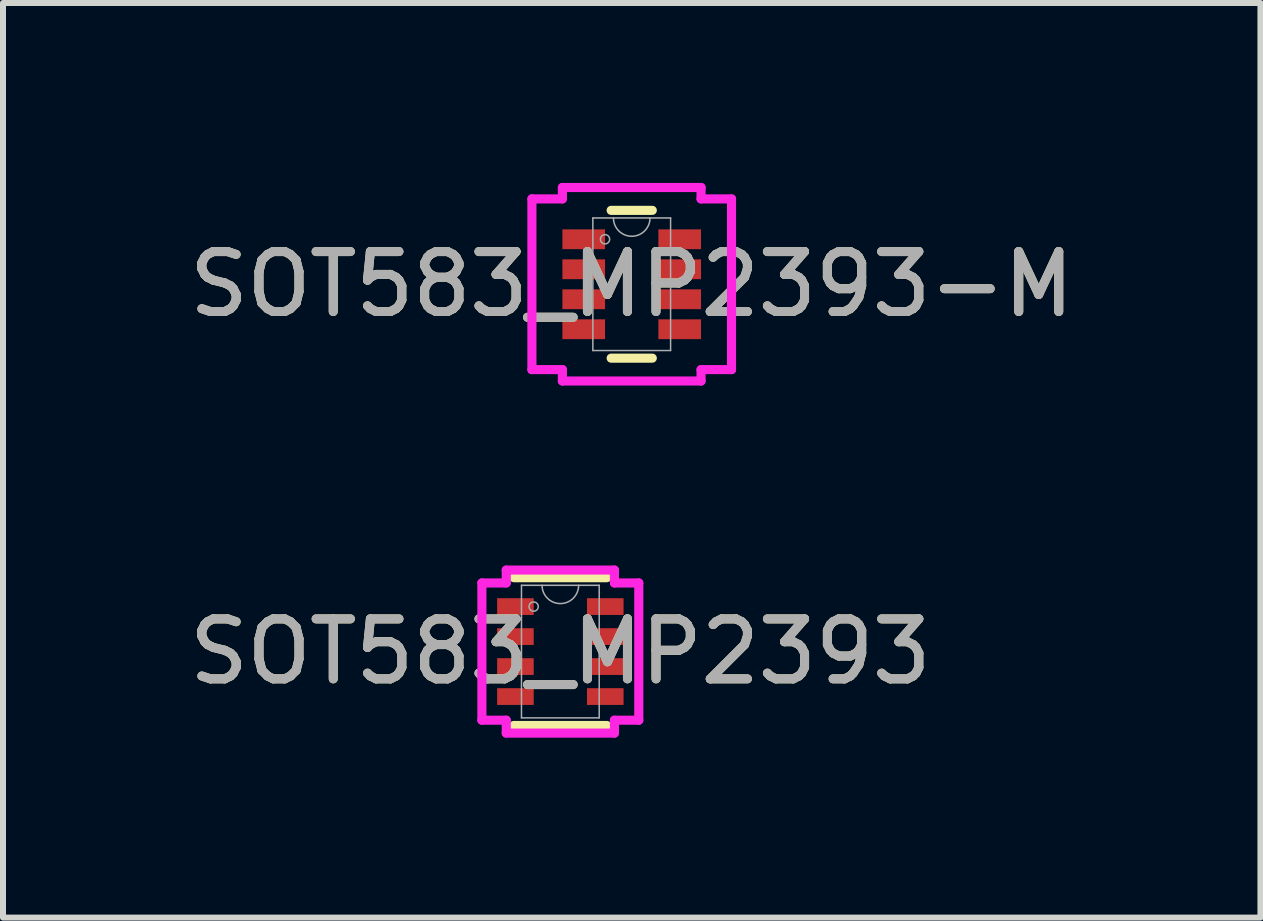
<source format=kicad_pcb>
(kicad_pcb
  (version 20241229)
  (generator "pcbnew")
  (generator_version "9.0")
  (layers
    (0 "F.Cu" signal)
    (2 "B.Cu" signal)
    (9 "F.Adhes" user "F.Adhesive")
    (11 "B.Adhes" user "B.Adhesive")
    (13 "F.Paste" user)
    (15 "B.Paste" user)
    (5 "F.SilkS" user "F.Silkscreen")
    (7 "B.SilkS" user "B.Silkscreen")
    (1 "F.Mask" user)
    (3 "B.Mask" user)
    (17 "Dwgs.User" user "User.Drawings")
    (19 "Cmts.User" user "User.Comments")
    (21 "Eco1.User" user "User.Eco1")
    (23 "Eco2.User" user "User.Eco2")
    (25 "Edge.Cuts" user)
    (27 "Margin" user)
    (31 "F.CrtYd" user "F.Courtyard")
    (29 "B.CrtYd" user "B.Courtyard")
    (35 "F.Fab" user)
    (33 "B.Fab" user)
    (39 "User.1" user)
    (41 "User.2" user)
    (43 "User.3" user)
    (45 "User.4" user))
  (footprint "SOT583_MP2393-M"
    (layer "F.Cu")
    (at 7.482 1.689)
    (property "Reference" "SOT583_MP2393-M" (at 0 0 0) (unlocked yes) (layer "F.SilkS") (effects (font (size 1 1) (thickness 0.15))))
    (attr smd)
    (fp_line (start -0.343 1.232) (end 0.343 1.232) (stroke (width 0.152) (type solid)) (layer "F.SilkS"))
    (fp_line (start 0.343 -1.232) (end -0.343 -1.232) (stroke (width 0.152) (type solid)) (layer "F.SilkS"))
    (fp_line (start -1.664 -1.423) (end -1.156 -1.423) (stroke (width 0.152) (type solid)) (layer "F.CrtYd"))
    (fp_line (start -1.664 1.423) (end -1.664 -1.423) (stroke (width 0.152) (type solid)) (layer "F.CrtYd"))
    (fp_line (start -1.156 -1.613) (end 1.156 -1.613) (stroke (width 0.152) (type solid)) (layer "F.CrtYd"))
    (fp_line (start -1.156 -1.423) (end -1.156 -1.613) (stroke (width 0.152) (type solid)) (layer "F.CrtYd"))
    (fp_line (start -1.156 1.423) (end -1.664 1.423) (stroke (width 0.152) (type solid)) (layer "F.CrtYd"))
    (fp_line (start -1.156 1.613) (end -1.156 1.423) (stroke (width 0.152) (type solid)) (layer "F.CrtYd"))
    (fp_line (start 1.156 -1.613) (end 1.156 -1.423) (stroke (width 0.152) (type solid)) (layer "F.CrtYd"))
    (fp_line (start 1.156 -1.423) (end 1.664 -1.423) (stroke (width 0.152) (type solid)) (layer "F.CrtYd"))
    (fp_line (start 1.156 1.423) (end 1.156 1.613) (stroke (width 0.152) (type solid)) (layer "F.CrtYd"))
    (fp_line (start 1.156 1.613) (end -1.156 1.613) (stroke (width 0.152) (type solid)) (layer "F.CrtYd"))
    (fp_line (start 1.664 -1.423) (end 1.664 1.423) (stroke (width 0.152) (type solid)) (layer "F.CrtYd"))
    (fp_line (start 1.664 1.423) (end 1.156 1.423) (stroke (width 0.152) (type solid)) (layer "F.CrtYd"))
    (fp_line (start -0.648 -1.105) (end -0.648 1.105) (stroke (width 0.025) (type solid)) (layer "F.Fab"))
    (fp_line (start -0.648 1.105) (end 0.648 1.105) (stroke (width 0.025) (type solid)) (layer "F.Fab"))
    (fp_line (start 0.648 -1.105) (end -0.648 -1.105) (stroke (width 0.025) (type solid)) (layer "F.Fab"))
    (fp_line (start 0.648 1.105) (end 0.648 -1.105) (stroke (width 0.025) (type solid)) (layer "F.Fab"))
    (fp_arc (start 0.3048 -1.1049) (mid 0 -0.8001) (end -0.3048 -1.1049) (stroke (width 0.0254) (type solid)) (layer "F.Fab"))
    (fp_circle (center -0.445 -0.75) (end -0.368 -0.75) (stroke (width 0.025) (type solid)) (fill no) (layer "F.Fab"))
    (fp_text user "${REFERENCE}" (at 0 0 0) (unlocked yes) (layer "F.Fab") (effects (font (size 1 1) (thickness 0.15))))
    (pad "1" smd rect (at -0.8 -0.75) (size 0.711 0.33) (layers "F.Cu" "F.Mask" "F.Paste"))
    (pad "2" smd rect (at -0.8 -0.25) (size 0.711 0.33) (layers "F.Cu" "F.Mask" "F.Paste"))
    (pad "3" smd rect (at -0.8 0.25) (size 0.711 0.33) (layers "F.Cu" "F.Mask" "F.Paste"))
    (pad "4" smd rect (at -0.8 0.75) (size 0.711 0.33) (layers "F.Cu" "F.Mask" "F.Paste"))
    (pad "5" smd rect (at 0.8 0.75) (size 0.711 0.33) (layers "F.Cu" "F.Mask" "F.Paste"))
    (pad "6" smd rect (at 0.8 0.25) (size 0.711 0.33) (layers "F.Cu" "F.Mask" "F.Paste"))
    (pad "7" smd rect (at 0.8 -0.25) (size 0.711 0.33) (layers "F.Cu" "F.Mask" "F.Paste"))
    (pad "8" smd rect (at 0.8 -0.75) (size 0.711 0.33) (layers "F.Cu" "F.Mask" "F.Paste")))
  (footprint "SOT583_MP2393"
    (layer "F.Cu")
    (at 6.292 7.813)
    (property "Reference" "SOT583_MP2393" (at 0 0 0) (unlocked yes) (layer "F.SilkS") (effects (font (size 1 1) (thickness 0.15))))
    (attr smd)
    (fp_line (start -0.775 1.232) (end 0.775 1.232) (stroke (width 0.152) (type solid)) (layer "F.SilkS"))
    (fp_line (start 0.775 -1.232) (end -0.775 -1.232) (stroke (width 0.152) (type solid)) (layer "F.SilkS"))
    (fp_line (start -1.308 -1.144) (end -0.902 -1.144) (stroke (width 0.152) (type solid)) (layer "F.CrtYd"))
    (fp_line (start -1.308 1.144) (end -1.308 -1.144) (stroke (width 0.152) (type solid)) (layer "F.CrtYd"))
    (fp_line (start -0.902 -1.359) (end 0.902 -1.359) (stroke (width 0.152) (type solid)) (layer "F.CrtYd"))
    (fp_line (start -0.902 -1.144) (end -0.902 -1.359) (stroke (width 0.152) (type solid)) (layer "F.CrtYd"))
    (fp_line (start -0.902 1.144) (end -1.308 1.144) (stroke (width 0.152) (type solid)) (layer "F.CrtYd"))
    (fp_line (start -0.902 1.359) (end -0.902 1.144) (stroke (width 0.152) (type solid)) (layer "F.CrtYd"))
    (fp_line (start 0.902 -1.359) (end 0.902 -1.144) (stroke (width 0.152) (type solid)) (layer "F.CrtYd"))
    (fp_line (start 0.902 -1.144) (end 1.308 -1.144) (stroke (width 0.152) (type solid)) (layer "F.CrtYd"))
    (fp_line (start 0.902 1.144) (end 0.902 1.359) (stroke (width 0.152) (type solid)) (layer "F.CrtYd"))
    (fp_line (start 0.902 1.359) (end -0.902 1.359) (stroke (width 0.152) (type solid)) (layer "F.CrtYd"))
    (fp_line (start 1.308 -1.144) (end 1.308 1.144) (stroke (width 0.152) (type solid)) (layer "F.CrtYd"))
    (fp_line (start 1.308 1.144) (end 0.902 1.144) (stroke (width 0.152) (type solid)) (layer "F.CrtYd"))
    (fp_line (start -0.648 -1.105) (end -0.648 1.105) (stroke (width 0.025) (type solid)) (layer "F.Fab"))
    (fp_line (start -0.648 1.105) (end 0.648 1.105) (stroke (width 0.025) (type solid)) (layer "F.Fab"))
    (fp_line (start 0.648 -1.105) (end -0.648 -1.105) (stroke (width 0.025) (type solid)) (layer "F.Fab"))
    (fp_line (start 0.648 1.105) (end 0.648 -1.105) (stroke (width 0.025) (type solid)) (layer "F.Fab"))
    (fp_arc (start 0.3048 -1.1049) (mid 0 -0.8001) (end -0.3048 -1.1049) (stroke (width 0.0254) (type solid)) (layer "F.Fab"))
    (fp_circle (center -0.445 -0.75) (end -0.368 -0.75) (stroke (width 0.025) (type solid)) (fill no) (layer "F.Fab"))
    (fp_text user "${REFERENCE}" (at 0 0 0) (unlocked yes) (layer "F.Fab") (effects (font (size 1 1) (thickness 0.15))))
    (pad "1" smd rect (at -0.749 -0.75) (size 0.61 0.279) (layers "F.Cu" "F.Mask" "F.Paste"))
    (pad "2" smd rect (at -0.749 -0.25) (size 0.61 0.279) (layers "F.Cu" "F.Mask" "F.Paste"))
    (pad "3" smd rect (at -0.749 0.25) (size 0.61 0.279) (layers "F.Cu" "F.Mask" "F.Paste"))
    (pad "4" smd rect (at -0.749 0.75) (size 0.61 0.279) (layers "F.Cu" "F.Mask" "F.Paste"))
    (pad "5" smd rect (at 0.749 0.75) (size 0.61 0.279) (layers "F.Cu" "F.Mask" "F.Paste"))
    (pad "6" smd rect (at 0.749 0.25) (size 0.61 0.279) (layers "F.Cu" "F.Mask" "F.Paste"))
    (pad "7" smd rect (at 0.749 -0.25) (size 0.61 0.279) (layers "F.Cu" "F.Mask" "F.Paste"))
    (pad "8" smd rect (at 0.749 -0.75) (size 0.61 0.279) (layers "F.Cu" "F.Mask" "F.Paste")))
  (gr_rect
    (start -3 -3)
    (end 17.964 12.248)
    (stroke (width 0.1) (type default))
    (fill no)
    (layer "Edge.Cuts")))
</source>
